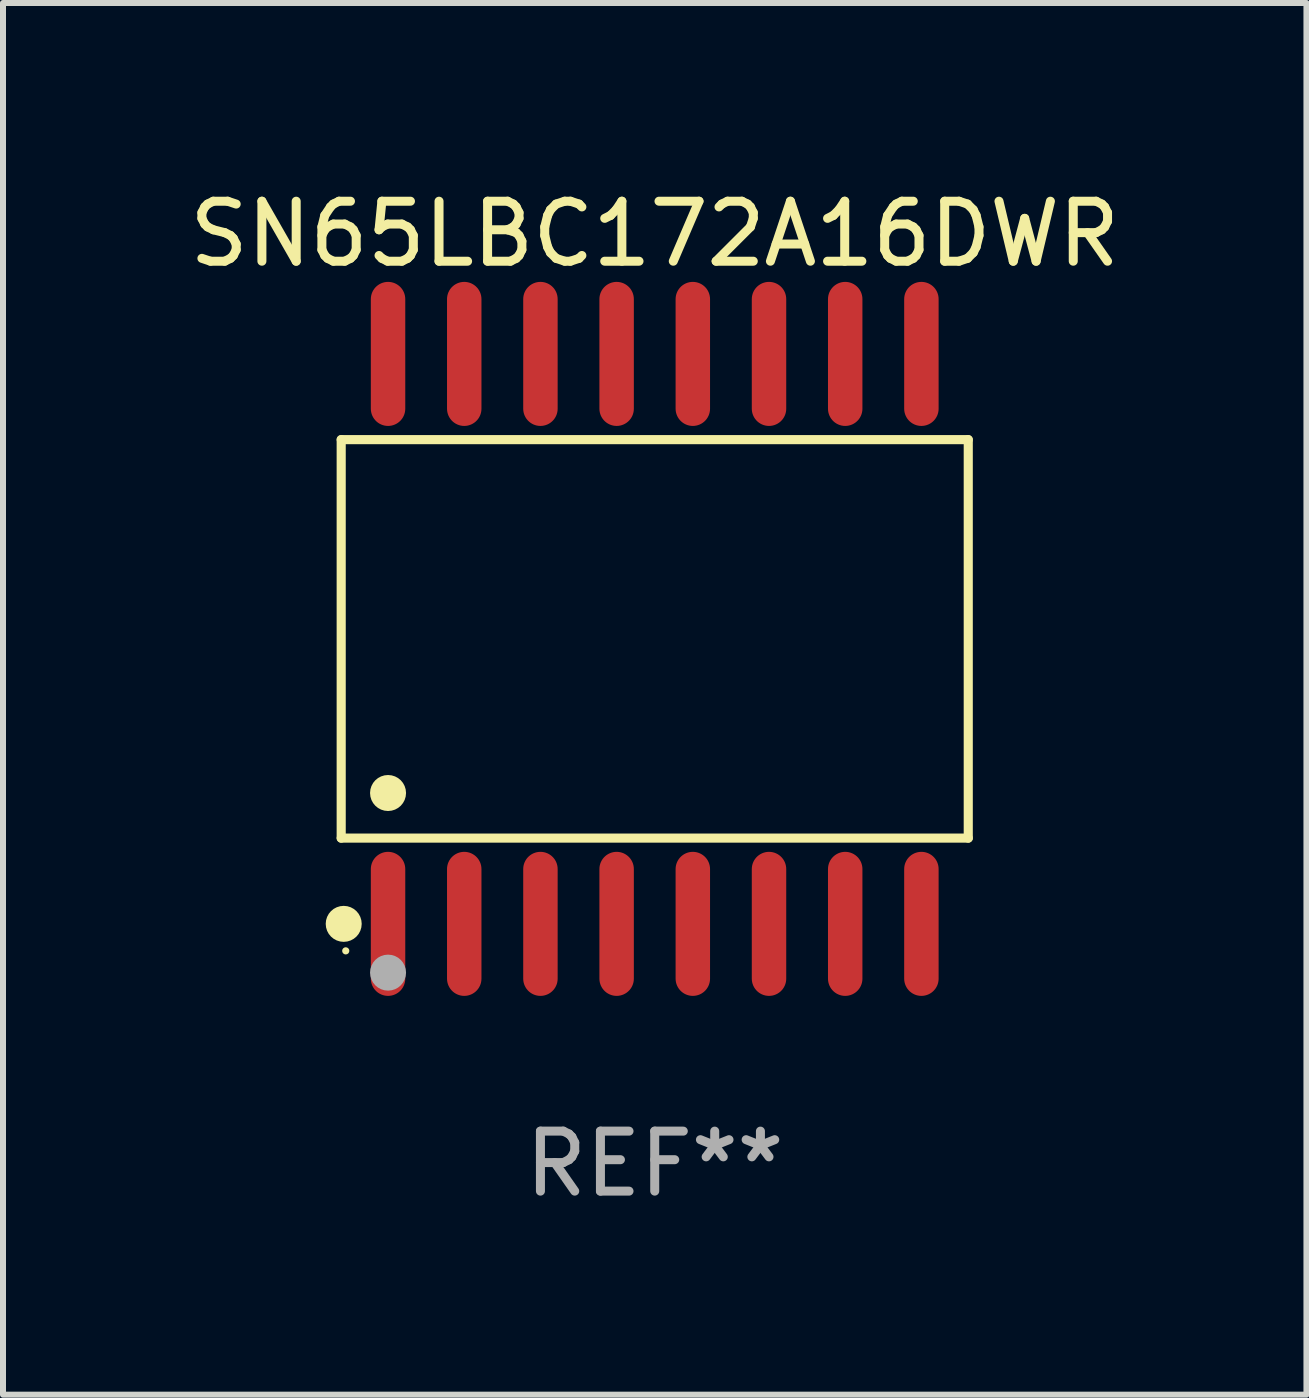
<source format=kicad_pcb>
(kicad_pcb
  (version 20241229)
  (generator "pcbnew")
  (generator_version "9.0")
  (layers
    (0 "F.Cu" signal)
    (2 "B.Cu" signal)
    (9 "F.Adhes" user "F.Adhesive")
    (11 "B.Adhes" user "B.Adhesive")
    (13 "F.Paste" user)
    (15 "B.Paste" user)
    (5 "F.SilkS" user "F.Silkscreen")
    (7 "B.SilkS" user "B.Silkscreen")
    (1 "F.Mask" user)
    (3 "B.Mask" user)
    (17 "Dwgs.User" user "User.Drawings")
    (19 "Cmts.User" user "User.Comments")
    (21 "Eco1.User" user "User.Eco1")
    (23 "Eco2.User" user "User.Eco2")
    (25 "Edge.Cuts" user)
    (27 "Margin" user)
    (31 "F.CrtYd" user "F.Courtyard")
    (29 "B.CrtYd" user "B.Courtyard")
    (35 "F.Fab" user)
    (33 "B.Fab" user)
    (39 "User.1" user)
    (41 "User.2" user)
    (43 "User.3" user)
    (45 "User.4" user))
  (footprint "SN65LBC172A16DWR"
    (layer "F.Cu")
    (at 7.863 7.599)
    (property "Reference" "SN65LBC172A16DWR" (at 0 -6.75 0) (layer "F.SilkS") (effects (font (size 1 1) (thickness 0.15))))
    (attr through_hole)
    (fp_line (start -5.226 -3.321) (end 5.226 -3.321) (stroke (width 0.152) (type solid)) (layer "F.SilkS"))
    (fp_line (start -5.226 3.321) (end -5.226 -3.321) (stroke (width 0.152) (type solid)) (layer "F.SilkS"))
    (fp_line (start 5.226 -3.321) (end 5.226 3.321) (stroke (width 0.152) (type solid)) (layer "F.SilkS"))
    (fp_line (start 5.226 3.321) (end -5.226 3.321) (stroke (width 0.152) (type solid)) (layer "F.SilkS"))
    (fp_circle (center -5.184 4.75) (end -5.034 4.75) (stroke (width 0.3) (type solid)) (fill no) (layer "F.SilkS"))
    (fp_circle (center -5.15 5.2) (end -5.12 5.2) (stroke (width 0.06) (type solid)) (fill no) (layer "F.SilkS"))
    (fp_circle (center -4.445 2.569) (end -4.295 2.569) (stroke (width 0.3) (type solid)) (fill no) (layer "F.SilkS"))
    (fp_circle (center -4.445 5.563) (end -4.295 5.563) (stroke (width 0.3) (type solid)) (fill no) (layer "F.Fab"))
    (fp_text user "REF**" (at 0 8.75 0) (layer "F.Fab") (effects (font (size 1 1) (thickness 0.15))))
    (pad "1" smd oval (at -4.445 4.75) (size 0.574 2.401) (layers "F.Cu" "F.Mask" "F.Paste"))
    (pad "2" smd oval (at -3.175 4.75) (size 0.574 2.401) (layers "F.Cu" "F.Mask" "F.Paste"))
    (pad "3" smd oval (at -1.905 4.75) (size 0.574 2.401) (layers "F.Cu" "F.Mask" "F.Paste"))
    (pad "4" smd oval (at -0.635 4.75) (size 0.574 2.401) (layers "F.Cu" "F.Mask" "F.Paste"))
    (pad "5" smd oval (at 0.635 4.75) (size 0.574 2.401) (layers "F.Cu" "F.Mask" "F.Paste"))
    (pad "6" smd oval (at 1.905 4.75) (size 0.574 2.401) (layers "F.Cu" "F.Mask" "F.Paste"))
    (pad "7" smd oval (at 3.175 4.75) (size 0.574 2.401) (layers "F.Cu" "F.Mask" "F.Paste"))
    (pad "8" smd oval (at 4.445 4.75) (size 0.574 2.401) (layers "F.Cu" "F.Mask" "F.Paste"))
    (pad "9" smd oval (at 4.445 -4.75) (size 0.574 2.401) (layers "F.Cu" "F.Mask" "F.Paste"))
    (pad "10" smd oval (at 3.175 -4.75) (size 0.574 2.401) (layers "F.Cu" "F.Mask" "F.Paste"))
    (pad "11" smd oval (at 1.905 -4.75) (size 0.574 2.401) (layers "F.Cu" "F.Mask" "F.Paste"))
    (pad "12" smd oval (at 0.635 -4.75) (size 0.574 2.401) (layers "F.Cu" "F.Mask" "F.Paste"))
    (pad "13" smd oval (at -0.635 -4.75) (size 0.574 2.401) (layers "F.Cu" "F.Mask" "F.Paste"))
    (pad "14" smd oval (at -1.905 -4.75) (size 0.574 2.401) (layers "F.Cu" "F.Mask" "F.Paste"))
    (pad "15" smd oval (at -3.175 -4.75) (size 0.574 2.401) (layers "F.Cu" "F.Mask" "F.Paste"))
    (pad "16" smd oval (at -4.445 -4.75) (size 0.574 2.401) (layers "F.Cu" "F.Mask" "F.Paste")))
  (gr_rect
    (start -3 -3)
    (end 18.726 20.197)
    (stroke (width 0.1) (type default))
    (fill no)
    (layer "Edge.Cuts")))
</source>
